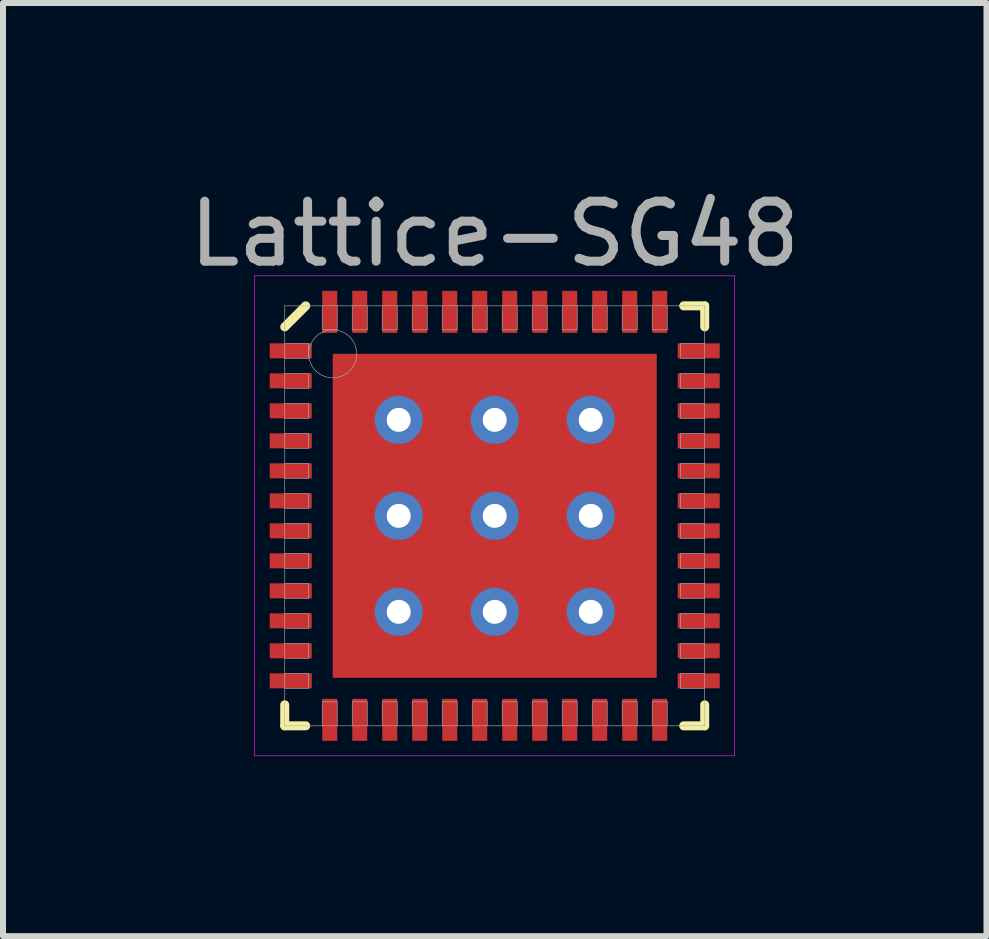
<source format=kicad_pcb>
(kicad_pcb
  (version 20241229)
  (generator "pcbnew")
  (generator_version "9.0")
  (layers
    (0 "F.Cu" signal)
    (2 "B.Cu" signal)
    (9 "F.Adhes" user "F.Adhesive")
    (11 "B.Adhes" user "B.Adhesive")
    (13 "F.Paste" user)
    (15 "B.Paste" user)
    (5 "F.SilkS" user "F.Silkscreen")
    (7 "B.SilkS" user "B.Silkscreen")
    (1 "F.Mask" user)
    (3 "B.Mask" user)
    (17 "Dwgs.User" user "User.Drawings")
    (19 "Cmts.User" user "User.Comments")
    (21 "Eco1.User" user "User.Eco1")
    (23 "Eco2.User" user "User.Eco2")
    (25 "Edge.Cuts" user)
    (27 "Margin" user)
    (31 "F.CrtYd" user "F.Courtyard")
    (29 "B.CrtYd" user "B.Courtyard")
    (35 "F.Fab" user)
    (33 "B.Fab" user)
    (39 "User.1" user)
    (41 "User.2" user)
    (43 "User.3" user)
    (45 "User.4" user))
  (footprint "Lattice-SG48"
    (layer "F.Cu")
    (at 5.196 5.548)
    (property "Reference" "Lattice-SG48" (at 0 -4.7 0) (layer "F.Fab") (effects (font (size 1 1) (thickness 0.15))))
    (attr through_hole)
    (fp_line (start -3.5 -3.15) (end -3.15 -3.5) (stroke (width 0.15) (type solid)) (layer "F.SilkS"))
    (fp_line (start -3.5 3.5) (end -3.5 3.15) (stroke (width 0.15) (type solid)) (layer "F.SilkS"))
    (fp_line (start -3.15 3.5) (end -3.5 3.5) (stroke (width 0.15) (type solid)) (layer "F.SilkS"))
    (fp_line (start 3.15 -3.5) (end 3.5 -3.5) (stroke (width 0.15) (type solid)) (layer "F.SilkS"))
    (fp_line (start 3.15 3.5) (end 3.5 3.5) (stroke (width 0.15) (type solid)) (layer "F.SilkS"))
    (fp_line (start 3.5 -3.5) (end 3.5 -3.15) (stroke (width 0.15) (type solid)) (layer "F.SilkS"))
    (fp_line (start 3.5 3.5) (end 3.5 3.15) (stroke (width 0.15) (type solid)) (layer "F.SilkS"))
    (fp_line (start -4 -4) (end 4 -4) (stroke (width 0.01) (type solid)) (layer "F.CrtYd"))
    (fp_line (start -4 4) (end -4 -4) (stroke (width 0.01) (type solid)) (layer "F.CrtYd"))
    (fp_line (start 4 -4) (end 4 4) (stroke (width 0.01) (type solid)) (layer "F.CrtYd"))
    (fp_line (start 4 4) (end -4 4) (stroke (width 0.01) (type solid)) (layer "F.CrtYd"))
    (fp_line (start -3.5 -3.5) (end 3.5 -3.5) (stroke (width 0.01) (type solid)) (layer "F.Fab"))
    (fp_line (start -3.5 -2.625) (end -3.1 -2.625) (stroke (width 0.01) (type solid)) (layer "F.Fab"))
    (fp_line (start -3.5 -2.125) (end -3.1 -2.125) (stroke (width 0.01) (type solid)) (layer "F.Fab"))
    (fp_line (start -3.5 -1.625) (end -3.1 -1.625) (stroke (width 0.01) (type solid)) (layer "F.Fab"))
    (fp_line (start -3.5 -1.125) (end -3.1 -1.125) (stroke (width 0.01) (type solid)) (layer "F.Fab"))
    (fp_line (start -3.5 -0.625) (end -3.1 -0.625) (stroke (width 0.01) (type solid)) (layer "F.Fab"))
    (fp_line (start -3.5 -0.125) (end -3.1 -0.125) (stroke (width 0.01) (type solid)) (layer "F.Fab"))
    (fp_line (start -3.5 0.375) (end -3.1 0.375) (stroke (width 0.01) (type solid)) (layer "F.Fab"))
    (fp_line (start -3.5 0.875) (end -3.1 0.875) (stroke (width 0.01) (type solid)) (layer "F.Fab"))
    (fp_line (start -3.5 1.375) (end -3.1 1.375) (stroke (width 0.01) (type solid)) (layer "F.Fab"))
    (fp_line (start -3.5 1.875) (end -3.1 1.875) (stroke (width 0.01) (type solid)) (layer "F.Fab"))
    (fp_line (start -3.5 2.375) (end -3.1 2.375) (stroke (width 0.01) (type solid)) (layer "F.Fab"))
    (fp_line (start -3.5 2.875) (end -3.1 2.875) (stroke (width 0.01) (type solid)) (layer "F.Fab"))
    (fp_line (start -3.5 3.5) (end -3.5 -3.5) (stroke (width 0.01) (type solid)) (layer "F.Fab"))
    (fp_line (start -3.1 -2.875) (end -3.5 -2.875) (stroke (width 0.01) (type solid)) (layer "F.Fab"))
    (fp_line (start -3.1 -2.625) (end -3.1 -2.875) (stroke (width 0.01) (type solid)) (layer "F.Fab"))
    (fp_line (start -3.1 -2.375) (end -3.5 -2.375) (stroke (width 0.01) (type solid)) (layer "F.Fab"))
    (fp_line (start -3.1 -2.125) (end -3.1 -2.375) (stroke (width 0.01) (type solid)) (layer "F.Fab"))
    (fp_line (start -3.1 -1.875) (end -3.5 -1.875) (stroke (width 0.01) (type solid)) (layer "F.Fab"))
    (fp_line (start -3.1 -1.625) (end -3.1 -1.875) (stroke (width 0.01) (type solid)) (layer "F.Fab"))
    (fp_line (start -3.1 -1.375) (end -3.5 -1.375) (stroke (width 0.01) (type solid)) (layer "F.Fab"))
    (fp_line (start -3.1 -1.125) (end -3.1 -1.375) (stroke (width 0.01) (type solid)) (layer "F.Fab"))
    (fp_line (start -3.1 -0.875) (end -3.5 -0.875) (stroke (width 0.01) (type solid)) (layer "F.Fab"))
    (fp_line (start -3.1 -0.625) (end -3.1 -0.875) (stroke (width 0.01) (type solid)) (layer "F.Fab"))
    (fp_line (start -3.1 -0.375) (end -3.5 -0.375) (stroke (width 0.01) (type solid)) (layer "F.Fab"))
    (fp_line (start -3.1 -0.125) (end -3.1 -0.375) (stroke (width 0.01) (type solid)) (layer "F.Fab"))
    (fp_line (start -3.1 0.125) (end -3.5 0.125) (stroke (width 0.01) (type solid)) (layer "F.Fab"))
    (fp_line (start -3.1 0.375) (end -3.1 0.125) (stroke (width 0.01) (type solid)) (layer "F.Fab"))
    (fp_line (start -3.1 0.625) (end -3.5 0.625) (stroke (width 0.01) (type solid)) (layer "F.Fab"))
    (fp_line (start -3.1 0.875) (end -3.1 0.625) (stroke (width 0.01) (type solid)) (layer "F.Fab"))
    (fp_line (start -3.1 1.125) (end -3.5 1.125) (stroke (width 0.01) (type solid)) (layer "F.Fab"))
    (fp_line (start -3.1 1.375) (end -3.1 1.125) (stroke (width 0.01) (type solid)) (layer "F.Fab"))
    (fp_line (start -3.1 1.625) (end -3.5 1.625) (stroke (width 0.01) (type solid)) (layer "F.Fab"))
    (fp_line (start -3.1 1.875) (end -3.1 1.625) (stroke (width 0.01) (type solid)) (layer "F.Fab"))
    (fp_line (start -3.1 2.125) (end -3.5 2.125) (stroke (width 0.01) (type solid)) (layer "F.Fab"))
    (fp_line (start -3.1 2.375) (end -3.1 2.125) (stroke (width 0.01) (type solid)) (layer "F.Fab"))
    (fp_line (start -3.1 2.625) (end -3.5 2.625) (stroke (width 0.01) (type solid)) (layer "F.Fab"))
    (fp_line (start -3.1 2.875) (end -3.1 2.625) (stroke (width 0.01) (type solid)) (layer "F.Fab"))
    (fp_line (start -2.875 -3.5) (end -2.875 -3.1) (stroke (width 0.01) (type solid)) (layer "F.Fab"))
    (fp_line (start -2.875 -3.1) (end -2.625 -3.1) (stroke (width 0.01) (type solid)) (layer "F.Fab"))
    (fp_line (start -2.875 3.1) (end -2.875 3.5) (stroke (width 0.01) (type solid)) (layer "F.Fab"))
    (fp_line (start -2.625 -3.1) (end -2.625 -3.5) (stroke (width 0.01) (type solid)) (layer "F.Fab"))
    (fp_line (start -2.625 3.1) (end -2.875 3.1) (stroke (width 0.01) (type solid)) (layer "F.Fab"))
    (fp_line (start -2.625 3.5) (end -2.625 3.1) (stroke (width 0.01) (type solid)) (layer "F.Fab"))
    (fp_line (start -2.375 -3.5) (end -2.375 -3.1) (stroke (width 0.01) (type solid)) (layer "F.Fab"))
    (fp_line (start -2.375 -3.1) (end -2.125 -3.1) (stroke (width 0.01) (type solid)) (layer "F.Fab"))
    (fp_line (start -2.375 3.1) (end -2.375 3.5) (stroke (width 0.01) (type solid)) (layer "F.Fab"))
    (fp_line (start -2.125 -3.1) (end -2.125 -3.5) (stroke (width 0.01) (type solid)) (layer "F.Fab"))
    (fp_line (start -2.125 3.1) (end -2.375 3.1) (stroke (width 0.01) (type solid)) (layer "F.Fab"))
    (fp_line (start -2.125 3.5) (end -2.125 3.1) (stroke (width 0.01) (type solid)) (layer "F.Fab"))
    (fp_line (start -1.875 -3.5) (end -1.875 -3.1) (stroke (width 0.01) (type solid)) (layer "F.Fab"))
    (fp_line (start -1.875 -3.1) (end -1.625 -3.1) (stroke (width 0.01) (type solid)) (layer "F.Fab"))
    (fp_line (start -1.875 3.1) (end -1.875 3.5) (stroke (width 0.01) (type solid)) (layer "F.Fab"))
    (fp_line (start -1.625 -3.1) (end -1.625 -3.5) (stroke (width 0.01) (type solid)) (layer "F.Fab"))
    (fp_line (start -1.625 3.1) (end -1.875 3.1) (stroke (width 0.01) (type solid)) (layer "F.Fab"))
    (fp_line (start -1.625 3.5) (end -1.625 3.1) (stroke (width 0.01) (type solid)) (layer "F.Fab"))
    (fp_line (start -1.375 -3.5) (end -1.375 -3.1) (stroke (width 0.01) (type solid)) (layer "F.Fab"))
    (fp_line (start -1.375 -3.1) (end -1.125 -3.1) (stroke (width 0.01) (type solid)) (layer "F.Fab"))
    (fp_line (start -1.375 3.1) (end -1.375 3.5) (stroke (width 0.01) (type solid)) (layer "F.Fab"))
    (fp_line (start -1.125 -3.1) (end -1.125 -3.5) (stroke (width 0.01) (type solid)) (layer "F.Fab"))
    (fp_line (start -1.125 3.1) (end -1.375 3.1) (stroke (width 0.01) (type solid)) (layer "F.Fab"))
    (fp_line (start -1.125 3.5) (end -1.125 3.1) (stroke (width 0.01) (type solid)) (layer "F.Fab"))
    (fp_line (start -0.875 -3.5) (end -0.875 -3.1) (stroke (width 0.01) (type solid)) (layer "F.Fab"))
    (fp_line (start -0.875 -3.1) (end -0.625 -3.1) (stroke (width 0.01) (type solid)) (layer "F.Fab"))
    (fp_line (start -0.875 3.1) (end -0.875 3.5) (stroke (width 0.01) (type solid)) (layer "F.Fab"))
    (fp_line (start -0.625 -3.1) (end -0.625 -3.5) (stroke (width 0.01) (type solid)) (layer "F.Fab"))
    (fp_line (start -0.625 3.1) (end -0.875 3.1) (stroke (width 0.01) (type solid)) (layer "F.Fab"))
    (fp_line (start -0.625 3.5) (end -0.625 3.1) (stroke (width 0.01) (type solid)) (layer "F.Fab"))
    (fp_line (start -0.375 -3.5) (end -0.375 -3.1) (stroke (width 0.01) (type solid)) (layer "F.Fab"))
    (fp_line (start -0.375 -3.1) (end -0.125 -3.1) (stroke (width 0.01) (type solid)) (layer "F.Fab"))
    (fp_line (start -0.375 3.1) (end -0.375 3.5) (stroke (width 0.01) (type solid)) (layer "F.Fab"))
    (fp_line (start -0.125 -3.1) (end -0.125 -3.5) (stroke (width 0.01) (type solid)) (layer "F.Fab"))
    (fp_line (start -0.125 3.1) (end -0.375 3.1) (stroke (width 0.01) (type solid)) (layer "F.Fab"))
    (fp_line (start -0.125 3.5) (end -0.125 3.1) (stroke (width 0.01) (type solid)) (layer "F.Fab"))
    (fp_line (start 0.125 -3.5) (end 0.125 -3.1) (stroke (width 0.01) (type solid)) (layer "F.Fab"))
    (fp_line (start 0.125 -3.1) (end 0.375 -3.1) (stroke (width 0.01) (type solid)) (layer "F.Fab"))
    (fp_line (start 0.125 3.1) (end 0.125 3.5) (stroke (width 0.01) (type solid)) (layer "F.Fab"))
    (fp_line (start 0.375 -3.1) (end 0.375 -3.5) (stroke (width 0.01) (type solid)) (layer "F.Fab"))
    (fp_line (start 0.375 3.1) (end 0.125 3.1) (stroke (width 0.01) (type solid)) (layer "F.Fab"))
    (fp_line (start 0.375 3.5) (end 0.375 3.1) (stroke (width 0.01) (type solid)) (layer "F.Fab"))
    (fp_line (start 0.625 -3.5) (end 0.625 -3.1) (stroke (width 0.01) (type solid)) (layer "F.Fab"))
    (fp_line (start 0.625 -3.1) (end 0.875 -3.1) (stroke (width 0.01) (type solid)) (layer "F.Fab"))
    (fp_line (start 0.625 3.1) (end 0.625 3.5) (stroke (width 0.01) (type solid)) (layer "F.Fab"))
    (fp_line (start 0.875 -3.1) (end 0.875 -3.5) (stroke (width 0.01) (type solid)) (layer "F.Fab"))
    (fp_line (start 0.875 3.1) (end 0.625 3.1) (stroke (width 0.01) (type solid)) (layer "F.Fab"))
    (fp_line (start 0.875 3.5) (end 0.875 3.1) (stroke (width 0.01) (type solid)) (layer "F.Fab"))
    (fp_line (start 1.125 -3.5) (end 1.125 -3.1) (stroke (width 0.01) (type solid)) (layer "F.Fab"))
    (fp_line (start 1.125 -3.1) (end 1.375 -3.1) (stroke (width 0.01) (type solid)) (layer "F.Fab"))
    (fp_line (start 1.125 3.1) (end 1.125 3.5) (stroke (width 0.01) (type solid)) (layer "F.Fab"))
    (fp_line (start 1.375 -3.1) (end 1.375 -3.5) (stroke (width 0.01) (type solid)) (layer "F.Fab"))
    (fp_line (start 1.375 3.1) (end 1.125 3.1) (stroke (width 0.01) (type solid)) (layer "F.Fab"))
    (fp_line (start 1.375 3.5) (end 1.375 3.1) (stroke (width 0.01) (type solid)) (layer "F.Fab"))
    (fp_line (start 1.625 -3.5) (end 1.625 -3.1) (stroke (width 0.01) (type solid)) (layer "F.Fab"))
    (fp_line (start 1.625 -3.1) (end 1.875 -3.1) (stroke (width 0.01) (type solid)) (layer "F.Fab"))
    (fp_line (start 1.625 3.1) (end 1.625 3.5) (stroke (width 0.01) (type solid)) (layer "F.Fab"))
    (fp_line (start 1.875 -3.1) (end 1.875 -3.5) (stroke (width 0.01) (type solid)) (layer "F.Fab"))
    (fp_line (start 1.875 3.1) (end 1.625 3.1) (stroke (width 0.01) (type solid)) (layer "F.Fab"))
    (fp_line (start 1.875 3.5) (end 1.875 3.1) (stroke (width 0.01) (type solid)) (layer "F.Fab"))
    (fp_line (start 2.125 -3.5) (end 2.125 -3.1) (stroke (width 0.01) (type solid)) (layer "F.Fab"))
    (fp_line (start 2.125 -3.1) (end 2.375 -3.1) (stroke (width 0.01) (type solid)) (layer "F.Fab"))
    (fp_line (start 2.125 3.1) (end 2.125 3.5) (stroke (width 0.01) (type solid)) (layer "F.Fab"))
    (fp_line (start 2.375 -3.1) (end 2.375 -3.5) (stroke (width 0.01) (type solid)) (layer "F.Fab"))
    (fp_line (start 2.375 3.1) (end 2.125 3.1) (stroke (width 0.01) (type solid)) (layer "F.Fab"))
    (fp_line (start 2.375 3.5) (end 2.375 3.1) (stroke (width 0.01) (type solid)) (layer "F.Fab"))
    (fp_line (start 2.625 -3.5) (end 2.625 -3.1) (stroke (width 0.01) (type solid)) (layer "F.Fab"))
    (fp_line (start 2.625 -3.1) (end 2.875 -3.1) (stroke (width 0.01) (type solid)) (layer "F.Fab"))
    (fp_line (start 2.625 3.1) (end 2.625 3.5) (stroke (width 0.01) (type solid)) (layer "F.Fab"))
    (fp_line (start 2.875 -3.1) (end 2.875 -3.5) (stroke (width 0.01) (type solid)) (layer "F.Fab"))
    (fp_line (start 2.875 3.1) (end 2.625 3.1) (stroke (width 0.01) (type solid)) (layer "F.Fab"))
    (fp_line (start 2.875 3.5) (end 2.875 3.1) (stroke (width 0.01) (type solid)) (layer "F.Fab"))
    (fp_line (start 3.1 -2.875) (end 3.1 -2.625) (stroke (width 0.01) (type solid)) (layer "F.Fab"))
    (fp_line (start 3.1 -2.625) (end 3.5 -2.625) (stroke (width 0.01) (type solid)) (layer "F.Fab"))
    (fp_line (start 3.1 -2.375) (end 3.1 -2.125) (stroke (width 0.01) (type solid)) (layer "F.Fab"))
    (fp_line (start 3.1 -2.125) (end 3.5 -2.125) (stroke (width 0.01) (type solid)) (layer "F.Fab"))
    (fp_line (start 3.1 -1.875) (end 3.1 -1.625) (stroke (width 0.01) (type solid)) (layer "F.Fab"))
    (fp_line (start 3.1 -1.625) (end 3.5 -1.625) (stroke (width 0.01) (type solid)) (layer "F.Fab"))
    (fp_line (start 3.1 -1.375) (end 3.1 -1.125) (stroke (width 0.01) (type solid)) (layer "F.Fab"))
    (fp_line (start 3.1 -1.125) (end 3.5 -1.125) (stroke (width 0.01) (type solid)) (layer "F.Fab"))
    (fp_line (start 3.1 -0.875) (end 3.1 -0.625) (stroke (width 0.01) (type solid)) (layer "F.Fab"))
    (fp_line (start 3.1 -0.625) (end 3.5 -0.625) (stroke (width 0.01) (type solid)) (layer "F.Fab"))
    (fp_line (start 3.1 -0.375) (end 3.1 -0.125) (stroke (width 0.01) (type solid)) (layer "F.Fab"))
    (fp_line (start 3.1 -0.125) (end 3.5 -0.125) (stroke (width 0.01) (type solid)) (layer "F.Fab"))
    (fp_line (start 3.1 0.125) (end 3.1 0.375) (stroke (width 0.01) (type solid)) (layer "F.Fab"))
    (fp_line (start 3.1 0.375) (end 3.5 0.375) (stroke (width 0.01) (type solid)) (layer "F.Fab"))
    (fp_line (start 3.1 0.625) (end 3.1 0.875) (stroke (width 0.01) (type solid)) (layer "F.Fab"))
    (fp_line (start 3.1 0.875) (end 3.5 0.875) (stroke (width 0.01) (type solid)) (layer "F.Fab"))
    (fp_line (start 3.1 1.125) (end 3.1 1.375) (stroke (width 0.01) (type solid)) (layer "F.Fab"))
    (fp_line (start 3.1 1.375) (end 3.5 1.375) (stroke (width 0.01) (type solid)) (layer "F.Fab"))
    (fp_line (start 3.1 1.625) (end 3.1 1.875) (stroke (width 0.01) (type solid)) (layer "F.Fab"))
    (fp_line (start 3.1 1.875) (end 3.5 1.875) (stroke (width 0.01) (type solid)) (layer "F.Fab"))
    (fp_line (start 3.1 2.125) (end 3.1 2.375) (stroke (width 0.01) (type solid)) (layer "F.Fab"))
    (fp_line (start 3.1 2.375) (end 3.5 2.375) (stroke (width 0.01) (type solid)) (layer "F.Fab"))
    (fp_line (start 3.1 2.625) (end 3.1 2.875) (stroke (width 0.01) (type solid)) (layer "F.Fab"))
    (fp_line (start 3.1 2.875) (end 3.5 2.875) (stroke (width 0.01) (type solid)) (layer "F.Fab"))
    (fp_line (start 3.5 -3.5) (end 3.5 3.5) (stroke (width 0.01) (type solid)) (layer "F.Fab"))
    (fp_line (start 3.5 -2.875) (end 3.1 -2.875) (stroke (width 0.01) (type solid)) (layer "F.Fab"))
    (fp_line (start 3.5 -2.375) (end 3.1 -2.375) (stroke (width 0.01) (type solid)) (layer "F.Fab"))
    (fp_line (start 3.5 -1.875) (end 3.1 -1.875) (stroke (width 0.01) (type solid)) (layer "F.Fab"))
    (fp_line (start 3.5 -1.375) (end 3.1 -1.375) (stroke (width 0.01) (type solid)) (layer "F.Fab"))
    (fp_line (start 3.5 -0.875) (end 3.1 -0.875) (stroke (width 0.01) (type solid)) (layer "F.Fab"))
    (fp_line (start 3.5 -0.375) (end 3.1 -0.375) (stroke (width 0.01) (type solid)) (layer "F.Fab"))
    (fp_line (start 3.5 0.125) (end 3.1 0.125) (stroke (width 0.01) (type solid)) (layer "F.Fab"))
    (fp_line (start 3.5 0.625) (end 3.1 0.625) (stroke (width 0.01) (type solid)) (layer "F.Fab"))
    (fp_line (start 3.5 1.125) (end 3.1 1.125) (stroke (width 0.01) (type solid)) (layer "F.Fab"))
    (fp_line (start 3.5 1.625) (end 3.1 1.625) (stroke (width 0.01) (type solid)) (layer "F.Fab"))
    (fp_line (start 3.5 2.125) (end 3.1 2.125) (stroke (width 0.01) (type solid)) (layer "F.Fab"))
    (fp_line (start 3.5 2.625) (end 3.1 2.625) (stroke (width 0.01) (type solid)) (layer "F.Fab"))
    (fp_line (start 3.5 3.5) (end -3.5 3.5) (stroke (width 0.01) (type solid)) (layer "F.Fab"))
    (fp_circle (center -2.7 -2.7) (end -2.7 -2.3) (stroke (width 0.01) (type solid)) (fill no) (layer "F.Fab"))
    (pad "" smd rect (at -2.1 -2.1) (size 0.8 0.8) (layers "F.Mask"))
    (pad "" smd rect (at -2.1 -2.1) (size 0.8 0.8) (layers "F.Paste"))
    (pad "" smd rect (at -2.1 -0.7) (size 0.8 0.8) (layers "F.Mask"))
    (pad "" smd rect (at -2.1 -0.7) (size 0.8 0.8) (layers "F.Paste"))
    (pad "" smd rect (at -2.1 0.7) (size 0.8 0.8) (layers "F.Mask"))
    (pad "" smd rect (at -2.1 0.7) (size 0.8 0.8) (layers "F.Paste"))
    (pad "" smd rect (at -2.1 2.1) (size 0.8 0.8) (layers "F.Mask"))
    (pad "" smd rect (at -2.1 2.1) (size 0.8 0.8) (layers "F.Paste"))
    (pad "" smd rect (at -0.7 -2.1) (size 0.8 0.8) (layers "F.Mask"))
    (pad "" smd rect (at -0.7 -2.1) (size 0.8 0.8) (layers "F.Paste"))
    (pad "" smd rect (at -0.7 -0.7) (size 0.8 0.8) (layers "F.Mask"))
    (pad "" smd rect (at -0.7 -0.7) (size 0.8 0.8) (layers "F.Paste"))
    (pad "" smd rect (at -0.7 0.7) (size 0.8 0.8) (layers "F.Mask"))
    (pad "" smd rect (at -0.7 0.7) (size 0.8 0.8) (layers "F.Paste"))
    (pad "" smd rect (at -0.7 2.1) (size 0.8 0.8) (layers "F.Mask"))
    (pad "" smd rect (at -0.7 2.1) (size 0.8 0.8) (layers "F.Paste"))
    (pad "" smd rect (at 0.7 -2.1) (size 0.8 0.8) (layers "F.Mask"))
    (pad "" smd rect (at 0.7 -2.1) (size 0.8 0.8) (layers "F.Paste"))
    (pad "" smd rect (at 0.7 -0.7) (size 0.8 0.8) (layers "F.Mask"))
    (pad "" smd rect (at 0.7 -0.7) (size 0.8 0.8) (layers "F.Paste"))
    (pad "" smd rect (at 0.7 0.7) (size 0.8 0.8) (layers "F.Mask"))
    (pad "" smd rect (at 0.7 0.7) (size 0.8 0.8) (layers "F.Paste"))
    (pad "" smd rect (at 0.7 2.1) (size 0.8 0.8) (layers "F.Mask"))
    (pad "" smd rect (at 0.7 2.1) (size 0.8 0.8) (layers "F.Paste"))
    (pad "" smd rect (at 2.1 -2.1) (size 0.8 0.8) (layers "F.Mask"))
    (pad "" smd rect (at 2.1 -2.1) (size 0.8 0.8) (layers "F.Paste"))
    (pad "" smd rect (at 2.1 -0.7) (size 0.8 0.8) (layers "F.Mask"))
    (pad "" smd rect (at 2.1 -0.7) (size 0.8 0.8) (layers "F.Paste"))
    (pad "" smd rect (at 2.1 0.7) (size 0.8 0.8) (layers "F.Mask"))
    (pad "" smd rect (at 2.1 0.7) (size 0.8 0.8) (layers "F.Paste"))
    (pad "" smd rect (at 2.1 2.1) (size 0.8 0.8) (layers "F.Mask"))
    (pad "" smd rect (at 2.1 2.1) (size 0.8 0.8) (layers "F.Paste"))
    (pad "1" smd rect (at -3.4 -2.75) (size 0.7 0.25) (layers "F.Cu" "F.Mask" "F.Paste"))
    (pad "2" smd rect (at -3.4 -2.25) (size 0.7 0.25) (layers "F.Cu" "F.Mask" "F.Paste"))
    (pad "3" smd rect (at -3.4 -1.75) (size 0.7 0.25) (layers "F.Cu" "F.Mask" "F.Paste"))
    (pad "4" smd rect (at -3.4 -1.25) (size 0.7 0.25) (layers "F.Cu" "F.Mask" "F.Paste"))
    (pad "5" smd rect (at -3.4 -0.75) (size 0.7 0.25) (layers "F.Cu" "F.Mask" "F.Paste"))
    (pad "6" smd rect (at -3.4 -0.25) (size 0.7 0.25) (layers "F.Cu" "F.Mask" "F.Paste"))
    (pad "7" smd rect (at -3.4 0.25) (size 0.7 0.25) (layers "F.Cu" "F.Mask" "F.Paste"))
    (pad "8" smd rect (at -3.4 0.75) (size 0.7 0.25) (layers "F.Cu" "F.Mask" "F.Paste"))
    (pad "9" smd rect (at -3.4 1.25) (size 0.7 0.25) (layers "F.Cu" "F.Mask" "F.Paste"))
    (pad "10" smd rect (at -3.4 1.75) (size 0.7 0.25) (layers "F.Cu" "F.Mask" "F.Paste"))
    (pad "11" smd rect (at -3.4 2.25) (size 0.7 0.25) (layers "F.Cu" "F.Mask" "F.Paste"))
    (pad "12" smd rect (at -3.4 2.75) (size 0.7 0.25) (layers "F.Cu" "F.Mask" "F.Paste"))
    (pad "13" smd rect (at -2.75 3.4) (size 0.25 0.7) (layers "F.Cu" "F.Mask" "F.Paste"))
    (pad "14" smd rect (at -2.25 3.4) (size 0.25 0.7) (layers "F.Cu" "F.Mask" "F.Paste"))
    (pad "15" smd rect (at -1.75 3.4) (size 0.25 0.7) (layers "F.Cu" "F.Mask" "F.Paste"))
    (pad "16" smd rect (at -1.25 3.4) (size 0.25 0.7) (layers "F.Cu" "F.Mask" "F.Paste"))
    (pad "17" smd rect (at -0.75 3.4) (size 0.25 0.7) (layers "F.Cu" "F.Mask" "F.Paste"))
    (pad "18" smd rect (at -0.25 3.4) (size 0.25 0.7) (layers "F.Cu" "F.Mask" "F.Paste"))
    (pad "19" smd rect (at 0.25 3.4) (size 0.25 0.7) (layers "F.Cu" "F.Mask" "F.Paste"))
    (pad "20" smd rect (at 0.75 3.4) (size 0.25 0.7) (layers "F.Cu" "F.Mask" "F.Paste"))
    (pad "21" smd rect (at 1.25 3.4) (size 0.25 0.7) (layers "F.Cu" "F.Mask" "F.Paste"))
    (pad "22" smd rect (at 1.75 3.4) (size 0.25 0.7) (layers "F.Cu" "F.Mask" "F.Paste"))
    (pad "23" smd rect (at 2.25 3.4) (size 0.25 0.7) (layers "F.Cu" "F.Mask" "F.Paste"))
    (pad "24" smd rect (at 2.75 3.4) (size 0.25 0.7) (layers "F.Cu" "F.Mask" "F.Paste"))
    (pad "25" smd rect (at 3.4 2.75) (size 0.7 0.25) (layers "F.Cu" "F.Mask" "F.Paste"))
    (pad "26" smd rect (at 3.4 2.25) (size 0.7 0.25) (layers "F.Cu" "F.Mask" "F.Paste"))
    (pad "27" smd rect (at 3.4 1.75) (size 0.7 0.25) (layers "F.Cu" "F.Mask" "F.Paste"))
    (pad "28" smd rect (at 3.4 1.25) (size 0.7 0.25) (layers "F.Cu" "F.Mask" "F.Paste"))
    (pad "29" smd rect (at 3.4 0.75) (size 0.7 0.25) (layers "F.Cu" "F.Mask" "F.Paste"))
    (pad "30" smd rect (at 3.4 0.25) (size 0.7 0.25) (layers "F.Cu" "F.Mask" "F.Paste"))
    (pad "31" smd rect (at 3.4 -0.25) (size 0.7 0.25) (layers "F.Cu" "F.Mask" "F.Paste"))
    (pad "32" smd rect (at 3.4 -0.75) (size 0.7 0.25) (layers "F.Cu" "F.Mask" "F.Paste"))
    (pad "33" smd rect (at 3.4 -1.25) (size 0.7 0.25) (layers "F.Cu" "F.Mask" "F.Paste"))
    (pad "34" smd rect (at 3.4 -1.75) (size 0.7 0.25) (layers "F.Cu" "F.Mask" "F.Paste"))
    (pad "35" smd rect (at 3.4 -2.25) (size 0.7 0.25) (layers "F.Cu" "F.Mask" "F.Paste"))
    (pad "36" smd rect (at 3.4 -2.75) (size 0.7 0.25) (layers "F.Cu" "F.Mask" "F.Paste"))
    (pad "37" smd rect (at 2.75 -3.4) (size 0.25 0.7) (layers "F.Cu" "F.Mask" "F.Paste"))
    (pad "38" smd rect (at 2.25 -3.4) (size 0.25 0.7) (layers "F.Cu" "F.Mask" "F.Paste"))
    (pad "39" smd rect (at 1.75 -3.4) (size 0.25 0.7) (layers "F.Cu" "F.Mask" "F.Paste"))
    (pad "40" smd rect (at 1.25 -3.4) (size 0.25 0.7) (layers "F.Cu" "F.Mask" "F.Paste"))
    (pad "41" smd rect (at 0.75 -3.4) (size 0.25 0.7) (layers "F.Cu" "F.Mask" "F.Paste"))
    (pad "42" smd rect (at 0.25 -3.4) (size 0.25 0.7) (layers "F.Cu" "F.Mask" "F.Paste"))
    (pad "43" smd rect (at -0.25 -3.4) (size 0.25 0.7) (layers "F.Cu" "F.Mask" "F.Paste"))
    (pad "44" smd rect (at -0.75 -3.4) (size 0.25 0.7) (layers "F.Cu" "F.Mask" "F.Paste"))
    (pad "45" smd rect (at -1.25 -3.4) (size 0.25 0.7) (layers "F.Cu" "F.Mask" "F.Paste"))
    (pad "46" smd rect (at -1.75 -3.4) (size 0.25 0.7) (layers "F.Cu" "F.Mask" "F.Paste"))
    (pad "47" smd rect (at -2.25 -3.4) (size 0.25 0.7) (layers "F.Cu" "F.Mask" "F.Paste"))
    (pad "48" smd rect (at -2.75 -3.4) (size 0.25 0.7) (layers "F.Cu" "F.Mask" "F.Paste"))
    (pad "EP" thru_hole circle (at -1.6 -1.6) (size 0.8 0.8) (drill 0.4) (layers "*.Cu"))
    (pad "EP" thru_hole circle (at -1.6 0) (size 0.8 0.8) (drill 0.4) (layers "*.Cu"))
    (pad "EP" thru_hole circle (at -1.6 1.6) (size 0.8 0.8) (drill 0.4) (layers "*.Cu"))
    (pad "EP" thru_hole circle (at 0 -1.6) (size 0.8 0.8) (drill 0.4) (layers "*.Cu"))
    (pad "EP" thru_hole circle (at 0 0) (size 0.8 0.8) (drill 0.4) (layers "*.Cu"))
    (pad "EP" smd rect (at 0 0) (size 5.4 5.4) (layers "F.Cu"))
    (pad "EP" thru_hole circle (at 0 1.6) (size 0.8 0.8) (drill 0.4) (layers "*.Cu"))
    (pad "EP" thru_hole circle (at 1.6 -1.6) (size 0.8 0.8) (drill 0.4) (layers "*.Cu"))
    (pad "EP" thru_hole circle (at 1.6 0) (size 0.8 0.8) (drill 0.4) (layers "*.Cu"))
    (pad "EP" thru_hole circle (at 1.6 1.6) (size 0.8 0.8) (drill 0.4) (layers "*.Cu")))
  (gr_rect
    (start -3 -3)
    (end 13.393 12.553)
    (stroke (width 0.1) (type default))
    (fill no)
    (layer "Edge.Cuts")))
</source>
